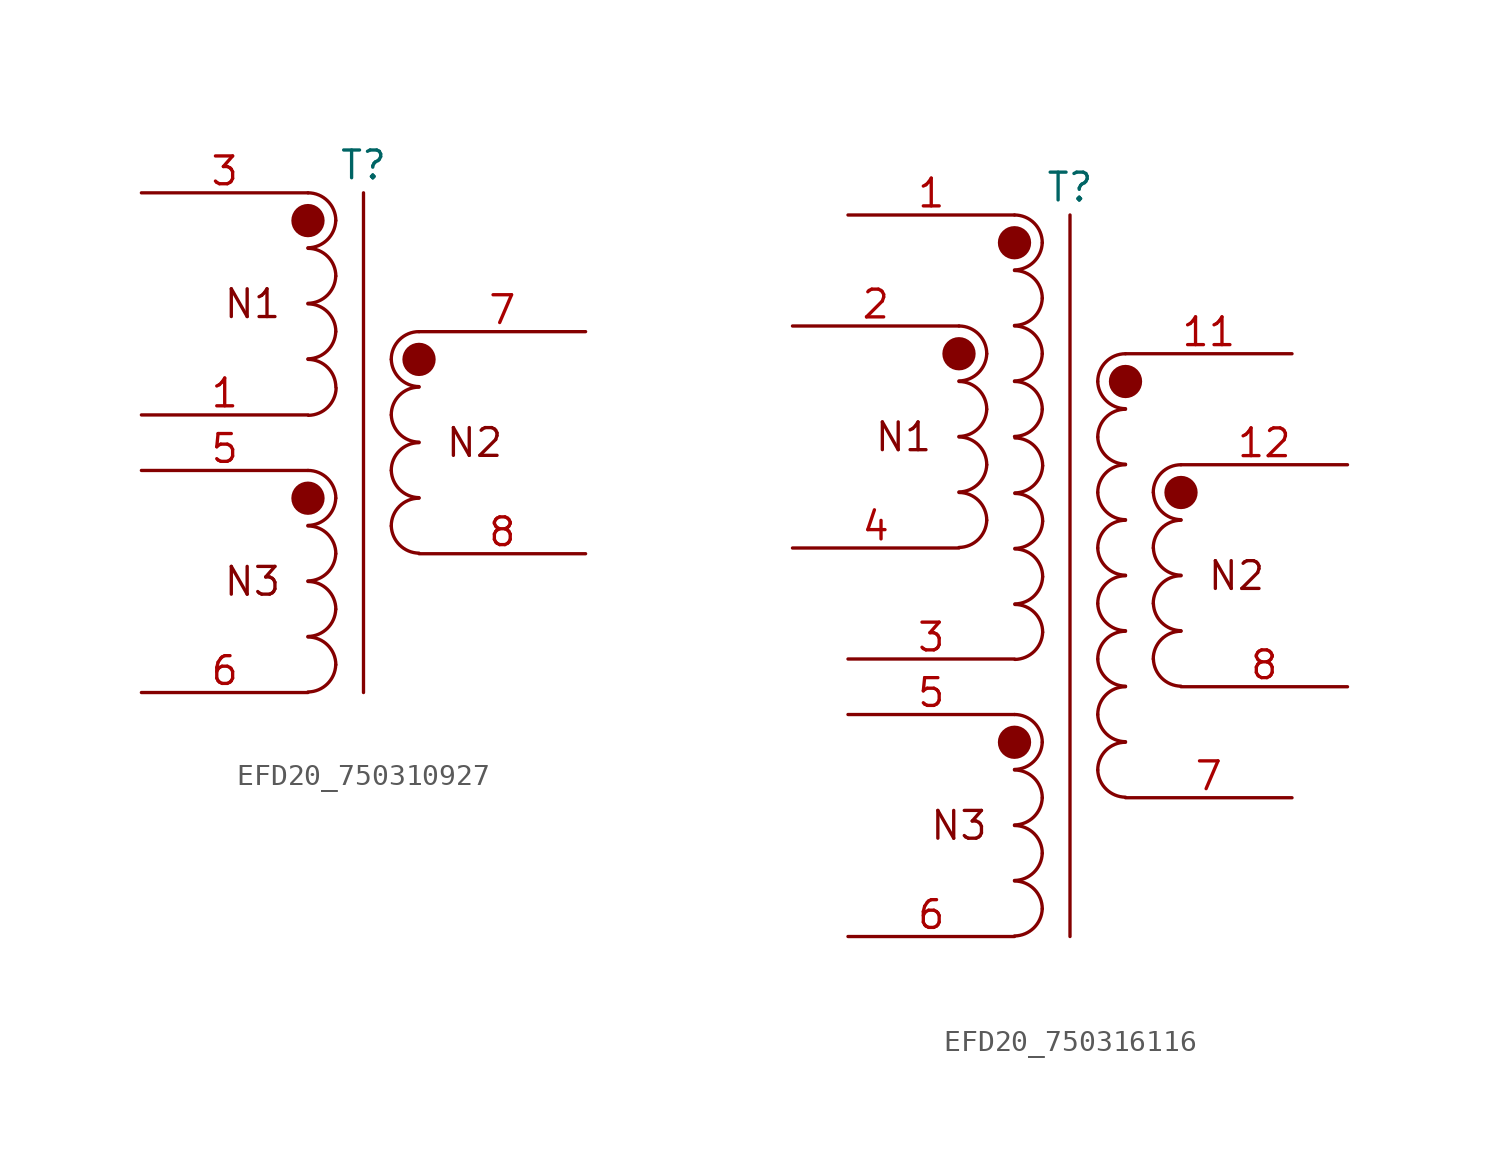
<source format=kicad_sym>
(kicad_symbol_lib
  (version 20220914)
  (generator kicad_symbol_editor)
  (symbol "EFD20_750310927"
    (pin_names hide)
    (property "Reference" "T"
      (at 0 12.7 0)
      (effects (font (size 1.27 1.27))))
    (property "Critical Parameter" ""
      (at 0 -5.08 0)
      (effects (font (size 1.27 1.27)) (justify left)))
    (symbol "EFD20_750310927_0_1"
      (arc (start -2.54 -11.4046) (mid -1.6561 -11.0363) (end -1.27 -10.16) (stroke (width 0) (type default)) (fill (type none)))
      (arc (start -2.54 -8.8646) (mid -1.6561 -8.4963) (end -1.27 -7.62) (stroke (width 0) (type default)) (fill (type none)))
      (arc (start -2.54 -6.3246) (mid -1.6561 -5.9563) (end -1.27 -5.08) (stroke (width 0) (type default)) (fill (type none)))
      (arc (start -2.54 -3.7846) (mid -1.6561 -3.4163) (end -1.27 -2.54) (stroke (width 0) (type default)) (fill (type none)))
      (arc (start -2.54 3.8354) (mid -1.6561 4.2037) (end -1.27 5.08) (stroke (width 0) (type default)) (fill (type none)))
      (arc (start -2.54 6.3754) (mid -1.6561 6.7437) (end -1.27 7.62) (stroke (width 0) (type default)) (fill (type none)))
      (arc (start -2.54 8.9154) (mid -1.6561 9.2837) (end -1.27 10.16) (stroke (width 0) (type default)) (fill (type none)))
      (arc (start -2.5215 1.2509) (mid -1.6376 1.6192) (end -1.2515 2.4955) (stroke (width 0) (type default)) (fill (type none)))
      (arc (start -1.27 -10.16) (mid -1.642 -9.262) (end -2.54 -8.89) (stroke (width 0) (type default)) (fill (type none)))
      (arc (start -1.27 -7.62) (mid -1.642 -6.722) (end -2.54 -6.35) (stroke (width 0) (type default)) (fill (type none)))
      (arc (start -1.27 -5.08) (mid -1.642 -4.182) (end -2.54 -3.81) (stroke (width 0) (type default)) (fill (type none)))
      (arc (start -1.27 -2.54) (mid -1.642 -1.642) (end -2.54 -1.27) (stroke (width 0) (type default)) (fill (type none)))
      (arc (start -1.27 2.54) (mid -1.642 3.438) (end -2.54 3.81) (stroke (width 0) (type default)) (fill (type none)))
      (arc (start -1.27 5.08) (mid -1.642 5.978) (end -2.54 6.35) (stroke (width 0) (type default)) (fill (type none)))
      (arc (start -1.27 7.62) (mid -1.642 8.518) (end -2.54 8.89) (stroke (width 0) (type default)) (fill (type none)))
      (arc (start -1.27 10.16) (mid -1.642 11.058) (end -2.54 11.43) (stroke (width 0) (type default)) (fill (type none)))
      (polyline (pts (xy 0 -11.43) (xy 0 11.43)) (stroke (width 0) (type default)) (fill (type none)))
      (arc (start 1.27 -3.81) (mid 1.6561 -4.6863) (end 2.54 -5.0546) (stroke (width 0) (type default)) (fill (type none)))
      (arc (start 1.27 -1.27) (mid 1.6561 -2.1463) (end 2.54 -2.5146) (stroke (width 0) (type default)) (fill (type none)))
      (arc (start 1.27 1.27) (mid 1.6561 0.3937) (end 2.54 0.0254) (stroke (width 0) (type default)) (fill (type none)))
      (arc (start 1.27 3.81) (mid 1.6561 2.9337) (end 2.54 2.5654) (stroke (width 0) (type default)) (fill (type none)))
      (arc (start 2.54 -2.54) (mid 1.642 -2.912) (end 1.27 -3.81) (stroke (width 0) (type default)) (fill (type none)))
      (arc (start 2.54 0) (mid 1.642 -0.372) (end 1.27 -1.27) (stroke (width 0) (type default)) (fill (type none)))
      (arc (start 2.54 2.54) (mid 1.642 2.168) (end 1.27 1.27) (stroke (width 0) (type default)) (fill (type none)))
      (arc (start 2.54 5.08) (mid 1.642 4.708) (end 1.27 3.81) (stroke (width 0) (type default)) (fill (type none))))
    (symbol "EFD20_750310927_1_1"
      (circle (center -2.54 -2.54) (radius 0.0001) (stroke (width 0.762) (type default)) (fill (type none)))
      (circle (center -2.54 10.16) (radius 0.0001) (stroke (width 0.762) (type default)) (fill (type none)))
      (circle (center 2.54 3.81) (radius 0.0001) (stroke (width 0.762) (type default)) (fill (type none)))
      (text "N1" (at -5.08 6.35 0) (effects (font (size 1.27 1.27))))
      (text "N2" (at 5.08 0 0) (effects (font (size 1.27 1.27))))
      (text "N3" (at -5.08 -6.35 0) (effects (font (size 1.27 1.27))))
      (pin passive line (at -10.16 1.27 0) (length 7.62) (name "1" (effects (font (size 1.27 1.27)))) (number "1" (effects (font (size 1.27 1.27)))))
      (pin passive line (at 10.16 -5.08 180) (length 7.62) hide (name "10" (effects (font (size 1.27 1.27)))) (number "10" (effects (font (size 1.27 1.27)))))
      (pin passive line (at -10.16 1.27 0) (length 7.62) hide (name "2" (effects (font (size 1.27 1.27)))) (number "2" (effects (font (size 1.27 1.27)))))
      (pin passive line (at -10.16 11.43 0) (length 7.62) (name "3" (effects (font (size 1.27 1.27)))) (number "3" (effects (font (size 1.27 1.27)))))
      (pin passive line (at -10.16 11.43 0) (length 7.62) hide (name "4" (effects (font (size 1.27 1.27)))) (number "4" (effects (font (size 1.27 1.27)))))
      (pin passive line (at -10.16 -1.27 0) (length 7.62) (name "5" (effects (font (size 1.27 1.27)))) (number "5" (effects (font (size 1.27 1.27)))))
      (pin passive line (at -10.16 -11.43 0) (length 7.62) (name "6" (effects (font (size 1.27 1.27)))) (number "6" (effects (font (size 1.27 1.27)))))
      (pin passive line (at 10.16 5.08 180) (length 7.62) (name "7" (effects (font (size 1.27 1.27)))) (number "7" (effects (font (size 1.27 1.27)))))
      (pin passive line (at 10.16 -5.08 180) (length 7.62) (name "8" (effects (font (size 1.27 1.27)))) (number "8" (effects (font (size 1.27 1.27)))))
      (pin passive line (at 10.16 5.08 180) (length 7.62) hide (name "9" (effects (font (size 1.27 1.27)))) (number "9" (effects (font (size 1.27 1.27)))))))
  (symbol "EFD20_750316116"
    (pin_names hide)
    (property "Reference" "T"
      (at 0 17.78 0)
      (effects (font (size 1.27 1.27))))
    (property "Critical Parameter" ""
      (at 0 -5.08 0)
      (effects (font (size 1.27 1.27)) (justify left)))
    (symbol "EFD20_750316116_0_1"
      (arc (start -5.08 1.2954) (mid -4.1961 1.6637) (end -3.81 2.54) (stroke (width 0) (type default)) (fill (type none)))
      (arc (start -5.08 3.8354) (mid -4.1961 4.2037) (end -3.81 5.08) (stroke (width 0) (type default)) (fill (type none)))
      (arc (start -5.08 6.3754) (mid -4.1961 6.7437) (end -3.81 7.62) (stroke (width 0) (type default)) (fill (type none)))
      (arc (start -5.08 8.9154) (mid -4.1961 9.2837) (end -3.81 10.16) (stroke (width 0) (type default)) (fill (type none)))
      (arc (start -3.81 2.54) (mid -4.182 3.438) (end -5.08 3.81) (stroke (width 0) (type default)) (fill (type none)))
      (arc (start -3.81 5.08) (mid -4.182 5.978) (end -5.08 6.35) (stroke (width 0) (type default)) (fill (type none)))
      (arc (start -3.81 7.62) (mid -4.182 8.518) (end -5.08 8.89) (stroke (width 0) (type default)) (fill (type none)))
      (arc (start -3.81 10.16) (mid -4.182 11.058) (end -5.08 11.43) (stroke (width 0) (type default)) (fill (type none)))
      (arc (start -2.54 -16.4846) (mid -1.6561 -16.1163) (end -1.27 -15.24) (stroke (width 0) (type default)) (fill (type none)))
      (arc (start -2.54 -13.9446) (mid -1.6561 -13.5763) (end -1.27 -12.7) (stroke (width 0) (type default)) (fill (type none)))
      (arc (start -2.54 -11.4046) (mid -1.6561 -11.0363) (end -1.27 -10.16) (stroke (width 0) (type default)) (fill (type none)))
      (arc (start -2.54 -8.8646) (mid -1.6561 -8.4963) (end -1.27 -7.62) (stroke (width 0) (type default)) (fill (type none)))
      (arc (start -2.54 6.3754) (mid -1.6561 6.7437) (end -1.27 7.62) (stroke (width 0) (type default)) (fill (type none)))
      (arc (start -2.54 8.9154) (mid -1.6561 9.2837) (end -1.27 10.16) (stroke (width 0) (type default)) (fill (type none)))
      (arc (start -2.54 11.4554) (mid -1.6561 11.8237) (end -1.27 12.7) (stroke (width 0) (type default)) (fill (type none)))
      (arc (start -2.54 13.9954) (mid -1.6561 14.3637) (end -1.27 15.24) (stroke (width 0) (type default)) (fill (type none)))
      (arc (start -2.5215 -3.8291) (mid -1.6376 -3.4608) (end -1.2515 -2.5845) (stroke (width 0) (type default)) (fill (type none)))
      (arc (start -2.5215 -1.2891) (mid -1.6376 -0.9208) (end -1.2515 -0.0445) (stroke (width 0) (type default)) (fill (type none)))
      (arc (start -2.5215 1.2509) (mid -1.6376 1.6192) (end -1.2515 2.4955) (stroke (width 0) (type default)) (fill (type none)))
      (arc (start -2.5215 3.7909) (mid -1.6376 4.1592) (end -1.2515 5.0355) (stroke (width 0) (type default)) (fill (type none)))
      (arc (start -1.27 -15.24) (mid -1.642 -14.342) (end -2.54 -13.97) (stroke (width 0) (type default)) (fill (type none)))
      (arc (start -1.27 -12.7) (mid -1.642 -11.802) (end -2.54 -11.43) (stroke (width 0) (type default)) (fill (type none)))
      (arc (start -1.27 -10.16) (mid -1.642 -9.262) (end -2.54 -8.89) (stroke (width 0) (type default)) (fill (type none)))
      (arc (start -1.27 -7.62) (mid -1.642 -6.722) (end -2.54 -6.35) (stroke (width 0) (type default)) (fill (type none)))
      (arc (start -1.27 7.62) (mid -1.642 8.518) (end -2.54 8.89) (stroke (width 0) (type default)) (fill (type none)))
      (arc (start -1.27 10.16) (mid -1.642 11.058) (end -2.54 11.43) (stroke (width 0) (type default)) (fill (type none)))
      (arc (start -1.27 12.7) (mid -1.642 13.598) (end -2.54 13.97) (stroke (width 0) (type default)) (fill (type none)))
      (arc (start -1.27 15.24) (mid -1.642 16.138) (end -2.54 16.51) (stroke (width 0) (type default)) (fill (type none)))
      (arc (start -1.2515 -2.5845) (mid -1.6235 -1.6865) (end -2.5215 -1.3145) (stroke (width 0) (type default)) (fill (type none)))
      (arc (start -1.2515 -0.0445) (mid -1.6235 0.8535) (end -2.5215 1.2255) (stroke (width 0) (type default)) (fill (type none)))
      (arc (start -1.2515 2.4955) (mid -1.6235 3.3935) (end -2.5215 3.7655) (stroke (width 0) (type default)) (fill (type none)))
      (arc (start -1.2515 5.0355) (mid -1.6235 5.9335) (end -2.5215 6.3055) (stroke (width 0) (type default)) (fill (type none)))
      (polyline (pts (xy 0 -16.51) (xy 0 16.51)) (stroke (width 0) (type default)) (fill (type none)))
      (arc (start 1.27 -8.89) (mid 1.656 -9.7664) (end 2.54 -10.1346) (stroke (width 0) (type default)) (fill (type none)))
      (arc (start 1.27 -6.35) (mid 1.656 -7.2264) (end 2.54 -7.5946) (stroke (width 0) (type default)) (fill (type none)))
      (arc (start 1.27 -3.81) (mid 1.656 -4.6864) (end 2.54 -5.0546) (stroke (width 0) (type default)) (fill (type none)))
      (arc (start 1.27 -1.27) (mid 1.656 -2.1464) (end 2.54 -2.5146) (stroke (width 0) (type default)) (fill (type none)))
      (arc (start 1.27 1.27) (mid 1.656 0.3936) (end 2.54 0.0254) (stroke (width 0) (type default)) (fill (type none)))
      (arc (start 1.27 3.81) (mid 1.656 2.9336) (end 2.54 2.5654) (stroke (width 0) (type default)) (fill (type none)))
      (arc (start 1.27 6.35) (mid 1.656 5.4736) (end 2.54 5.1054) (stroke (width 0) (type default)) (fill (type none)))
      (arc (start 1.27 8.89) (mid 1.656 8.0136) (end 2.54 7.6454) (stroke (width 0) (type default)) (fill (type none)))
      (arc (start 2.54 -7.62) (mid 1.642 -7.992) (end 1.27 -8.89) (stroke (width 0) (type default)) (fill (type none)))
      (arc (start 2.54 -5.08) (mid 1.642 -5.452) (end 1.27 -6.35) (stroke (width 0) (type default)) (fill (type none)))
      (arc (start 2.54 -2.54) (mid 1.642 -2.912) (end 1.27 -3.81) (stroke (width 0) (type default)) (fill (type none)))
      (arc (start 2.54 0) (mid 1.642 -0.372) (end 1.27 -1.27) (stroke (width 0) (type default)) (fill (type none)))
      (arc (start 2.54 2.54) (mid 1.642 2.168) (end 1.27 1.27) (stroke (width 0) (type default)) (fill (type none)))
      (arc (start 2.54 5.08) (mid 1.642 4.708) (end 1.27 3.81) (stroke (width 0) (type default)) (fill (type none)))
      (arc (start 2.54 7.62) (mid 1.642 7.248) (end 1.27 6.35) (stroke (width 0) (type default)) (fill (type none)))
      (arc (start 2.54 10.16) (mid 1.642 9.788) (end 1.27 8.89) (stroke (width 0) (type default)) (fill (type none)))
      (arc (start 3.81 -3.81) (mid 4.196 -4.6864) (end 5.08 -5.0546) (stroke (width 0) (type default)) (fill (type none)))
      (arc (start 3.81 -1.27) (mid 4.196 -2.1464) (end 5.08 -2.5146) (stroke (width 0) (type default)) (fill (type none)))
      (arc (start 3.81 1.27) (mid 4.196 0.3936) (end 5.08 0.0254) (stroke (width 0) (type default)) (fill (type none)))
      (arc (start 3.81 3.81) (mid 4.196 2.9336) (end 5.08 2.5654) (stroke (width 0) (type default)) (fill (type none)))
      (arc (start 5.08 -2.54) (mid 4.182 -2.912) (end 3.81 -3.81) (stroke (width 0) (type default)) (fill (type none)))
      (arc (start 5.08 0) (mid 4.182 -0.372) (end 3.81 -1.27) (stroke (width 0) (type default)) (fill (type none)))
      (arc (start 5.08 2.54) (mid 4.182 2.168) (end 3.81 1.27) (stroke (width 0) (type default)) (fill (type none)))
      (arc (start 5.08 5.08) (mid 4.182 4.708) (end 3.81 3.81) (stroke (width 0) (type default)) (fill (type none))))
    (symbol "EFD20_750316116_1_1"
      (circle (center -5.08 10.16) (radius 0.0001) (stroke (width 0.762) (type default)) (fill (type none)))
      (circle (center -2.54 -7.62) (radius 0.0001) (stroke (width 0.762) (type default)) (fill (type none)))
      (circle (center -2.54 15.24) (radius 0.0001) (stroke (width 0.762) (type default)) (fill (type none)))
      (circle (center 2.54 8.89) (radius 0.0001) (stroke (width 0.762) (type default)) (fill (type none)))
      (circle (center 5.08 3.81) (radius 0.0001) (stroke (width 0.762) (type default)) (fill (type none)))
      (text "N1" (at -7.62 6.35 0) (effects (font (size 1.27 1.27))))
      (text "N2" (at 7.62 0 0) (effects (font (size 1.27 1.27))))
      (text "N3" (at -5.08 -11.43 0) (effects (font (size 1.27 1.27))))
      (pin passive line (at -10.16 16.51 0) (length 7.62) (name "1" (effects (font (size 1.27 1.27)))) (number "1" (effects (font (size 1.27 1.27)))))
      (pin passive line (at 10.16 10.16 180) (length 7.62) (name "11" (effects (font (size 1.27 1.27)))) (number "11" (effects (font (size 1.27 1.27)))))
      (pin passive line (at 12.7 5.08 180) (length 7.62) (name "12" (effects (font (size 1.27 1.27)))) (number "12" (effects (font (size 1.27 1.27)))))
      (pin passive line (at -12.7 11.43 0) (length 7.62) (name "2" (effects (font (size 1.27 1.27)))) (number "2" (effects (font (size 1.27 1.27)))))
      (pin passive line (at -10.16 -3.81 0) (length 7.62) (name "3" (effects (font (size 1.27 1.27)))) (number "3" (effects (font (size 1.27 1.27)))))
      (pin passive line (at -12.7 1.27 0) (length 7.62) (name "4" (effects (font (size 1.27 1.27)))) (number "4" (effects (font (size 1.27 1.27)))))
      (pin passive line (at -10.16 -6.35 0) (length 7.62) (name "5" (effects (font (size 1.27 1.27)))) (number "5" (effects (font (size 1.27 1.27)))))
      (pin passive line (at -10.16 -16.51 0) (length 7.62) (name "6" (effects (font (size 1.27 1.27)))) (number "6" (effects (font (size 1.27 1.27)))))
      (pin passive line (at 10.16 -10.16 180) (length 7.62) (name "7" (effects (font (size 1.27 1.27)))) (number "7" (effects (font (size 1.27 1.27)))))
      (pin passive line (at 12.7 -5.08 180) (length 7.62) (name "8" (effects (font (size 1.27 1.27)))) (number "8" (effects (font (size 1.27 1.27))))))))
</source>
